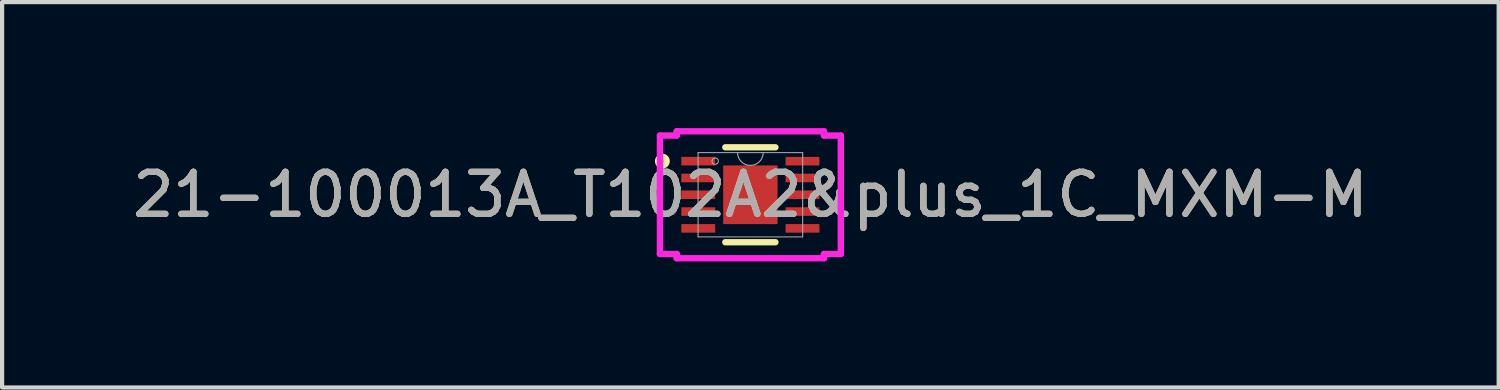
<source format=kicad_pcb>
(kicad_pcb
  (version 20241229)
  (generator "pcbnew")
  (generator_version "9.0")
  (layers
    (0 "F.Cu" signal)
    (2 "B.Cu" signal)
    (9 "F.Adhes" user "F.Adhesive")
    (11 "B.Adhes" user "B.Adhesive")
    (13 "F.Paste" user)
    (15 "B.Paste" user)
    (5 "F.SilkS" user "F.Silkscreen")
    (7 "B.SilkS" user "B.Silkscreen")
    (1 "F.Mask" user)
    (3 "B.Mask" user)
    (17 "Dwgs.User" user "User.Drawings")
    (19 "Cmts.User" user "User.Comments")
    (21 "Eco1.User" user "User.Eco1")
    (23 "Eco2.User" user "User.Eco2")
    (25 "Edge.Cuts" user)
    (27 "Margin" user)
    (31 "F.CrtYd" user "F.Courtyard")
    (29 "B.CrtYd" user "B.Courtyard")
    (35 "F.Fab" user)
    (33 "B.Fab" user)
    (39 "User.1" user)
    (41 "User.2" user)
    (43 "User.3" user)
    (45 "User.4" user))
  (footprint "21-100013A_T102A2&plus_1C_MXM-M"
    (layer "F.Cu")
    (at 14.815 1.587)
    (property "Reference" "21-100013A_T102A2&plus_1C_MXM-M" (at 0 0 0) (unlocked yes) (layer "F.SilkS") (effects (font (size 1 1) (thickness 0.15))))
    (attr smd)
    (fp_line (start -0.596 1.13) (end 0.596 1.13) (stroke (width 0.152) (type solid)) (layer "F.SilkS"))
    (fp_line (start 0.596 -1.13) (end -0.596 -1.13) (stroke (width 0.152) (type solid)) (layer "F.SilkS"))
    (fp_circle (center -2.095 -0.8) (end -1.994 -0.8) (stroke (width 0.152) (type solid)) (fill no) (layer "F.SilkS"))
    (fp_line (start -2.153 -1.41) (end -1.753 -1.41) (stroke (width 0.152) (type solid)) (layer "F.CrtYd"))
    (fp_line (start -2.153 1.41) (end -2.153 -1.41) (stroke (width 0.152) (type solid)) (layer "F.CrtYd"))
    (fp_line (start -2.153 1.41) (end -1.753 1.41) (stroke (width 0.152) (type solid)) (layer "F.CrtYd"))
    (fp_line (start -1.753 -1.511) (end 1.753 -1.511) (stroke (width 0.152) (type solid)) (layer "F.CrtYd"))
    (fp_line (start -1.753 -1.41) (end -1.753 -1.511) (stroke (width 0.152) (type solid)) (layer "F.CrtYd"))
    (fp_line (start -1.753 1.511) (end -1.753 1.41) (stroke (width 0.152) (type solid)) (layer "F.CrtYd"))
    (fp_line (start 1.753 -1.511) (end 1.753 -1.41) (stroke (width 0.152) (type solid)) (layer "F.CrtYd"))
    (fp_line (start 1.753 1.41) (end 1.753 1.511) (stroke (width 0.152) (type solid)) (layer "F.CrtYd"))
    (fp_line (start 1.753 1.511) (end -1.753 1.511) (stroke (width 0.152) (type solid)) (layer "F.CrtYd"))
    (fp_line (start 2.153 -1.41) (end 1.753 -1.41) (stroke (width 0.152) (type solid)) (layer "F.CrtYd"))
    (fp_line (start 2.153 -1.41) (end 2.153 1.41) (stroke (width 0.152) (type solid)) (layer "F.CrtYd"))
    (fp_line (start 2.153 1.41) (end 1.753 1.41) (stroke (width 0.152) (type solid)) (layer "F.CrtYd"))
    (fp_line (start -1.245 -1.003) (end -1.245 1.003) (stroke (width 0.025) (type solid)) (layer "F.Fab"))
    (fp_line (start -1.245 1.003) (end 1.245 1.003) (stroke (width 0.025) (type solid)) (layer "F.Fab"))
    (fp_line (start 1.245 -1.003) (end -1.245 -1.003) (stroke (width 0.025) (type solid)) (layer "F.Fab"))
    (fp_line (start 1.245 1.003) (end 1.245 -1.003) (stroke (width 0.025) (type solid)) (layer "F.Fab"))
    (fp_arc (start 0.3048 -1.0033) (mid 0 -0.6985) (end -0.3048 -1.0033) (stroke (width 0.0254) (type solid)) (layer "F.Fab"))
    (fp_circle (center -0.838 -0.8) (end -0.762 -0.8) (stroke (width 0.025) (type solid)) (fill no) (layer "F.Fab"))
    (fp_text user "${REFERENCE}" (at 0 0 0) (unlocked yes) (layer "F.Fab") (effects (font (size 1 1) (thickness 0.15))))
    (pad "1" smd rect (at -1.241 -0.8) (size 0.806 0.204) (layers "F.Cu" "F.Mask" "F.Paste"))
    (pad "2" smd rect (at -1.241 -0.4) (size 0.806 0.204) (layers "F.Cu" "F.Mask" "F.Paste"))
    (pad "3" smd rect (at -1.241 0) (size 0.806 0.204) (layers "F.Cu" "F.Mask" "F.Paste"))
    (pad "4" smd rect (at -1.241 0.4) (size 0.806 0.204) (layers "F.Cu" "F.Mask" "F.Paste"))
    (pad "5" smd rect (at -1.241 0.8) (size 0.806 0.204) (layers "F.Cu" "F.Mask" "F.Paste"))
    (pad "6" smd rect (at 1.241 0.8) (size 0.806 0.204) (layers "F.Cu" "F.Mask" "F.Paste"))
    (pad "7" smd rect (at 1.241 0.4) (size 0.806 0.204) (layers "F.Cu" "F.Mask" "F.Paste"))
    (pad "8" smd rect (at 1.241 0) (size 0.806 0.204) (layers "F.Cu" "F.Mask" "F.Paste"))
    (pad "9" smd rect (at 1.241 -0.4) (size 0.806 0.204) (layers "F.Cu" "F.Mask" "F.Paste"))
    (pad "10" smd rect (at 1.241 -0.8) (size 0.806 0.204) (layers "F.Cu" "F.Mask" "F.Paste"))
    (pad "11" smd rect (at 0 0) (size 1.295 1.397) (layers "F.Cu" "F.Mask" "F.Paste")))
  (gr_rect
    (start -3 -3)
    (end 32.631 6.175)
    (stroke (width 0.1) (type default))
    (fill no)
    (layer "Edge.Cuts")))
</source>
